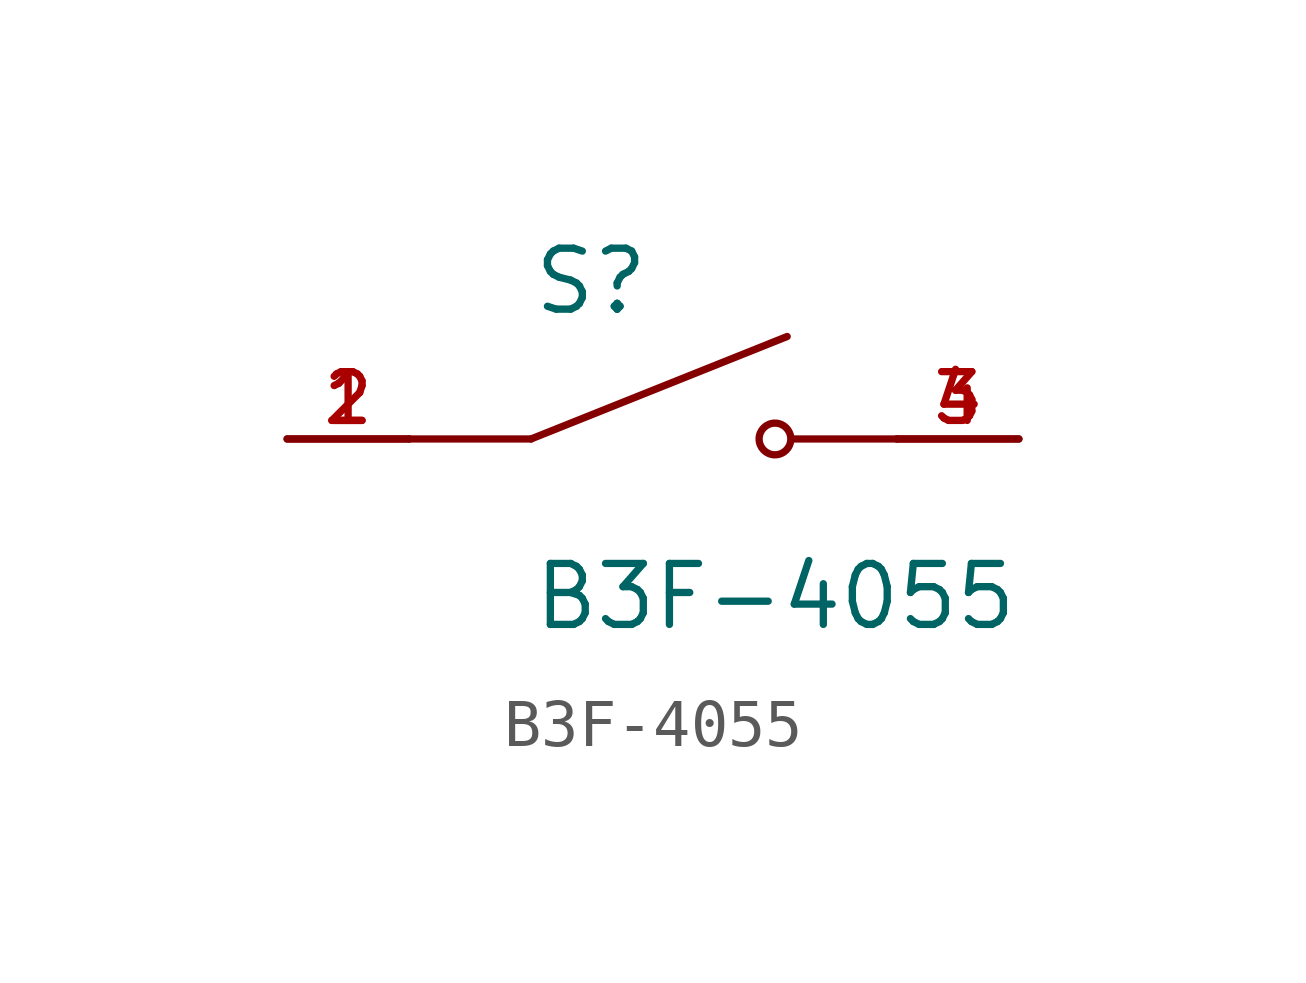
<source format=kicad_sym>
(kicad_symbol_lib
  (version 20211014)
  (generator kicad_symbol_editor)
  (symbol "B3F-4055"
    (pin_names
      (offset 1.016))
    (property "Reference" "S"
      (at -2.54 2.54 0)
      (effects (font (size 1.27 1.27)) (justify bottom left)))
    (property "Value" "B3F-4055"
      (at -2.54 -2.54 0)
      (effects (font (size 1.27 1.27)) (justify top left)))
    (symbol "B3F-4055_0_0"
      (polyline (pts (xy -2.54 0.0) (xy 2.794 2.134)) (stroke (width 0.152)))
      (circle (center 2.54 0.0) (radius 0.33) (stroke (width 0.152)) (fill (type none)))
      (polyline (pts (xy 5.08 0.0) (xy 2.921 0.0)) (stroke (width 0.152)))
      (polyline (pts (xy -2.54 0.0) (xy -5.08 0.0)) (stroke (width 0.152)))
      (pin passive line (at -7.62 0.0 0) (length 2.54) (name "~" (effects (font (size 1.016 1.016)))) (number "1" (effects (font (size 1.016 1.016)))))
      (pin passive line (at -7.62 0.0 0) (length 2.54) (name "~" (effects (font (size 1.016 1.016)))) (number "2" (effects (font (size 1.016 1.016)))))
      (pin passive line (at 7.62 0.0 180.0) (length 2.54) (name "~" (effects (font (size 1.016 1.016)))) (number "3" (effects (font (size 1.016 1.016)))))
      (pin passive line (at 7.62 0.0 180.0) (length 2.54) (name "~" (effects (font (size 1.016 1.016)))) (number "4" (effects (font (size 1.016 1.016))))))))
</source>
